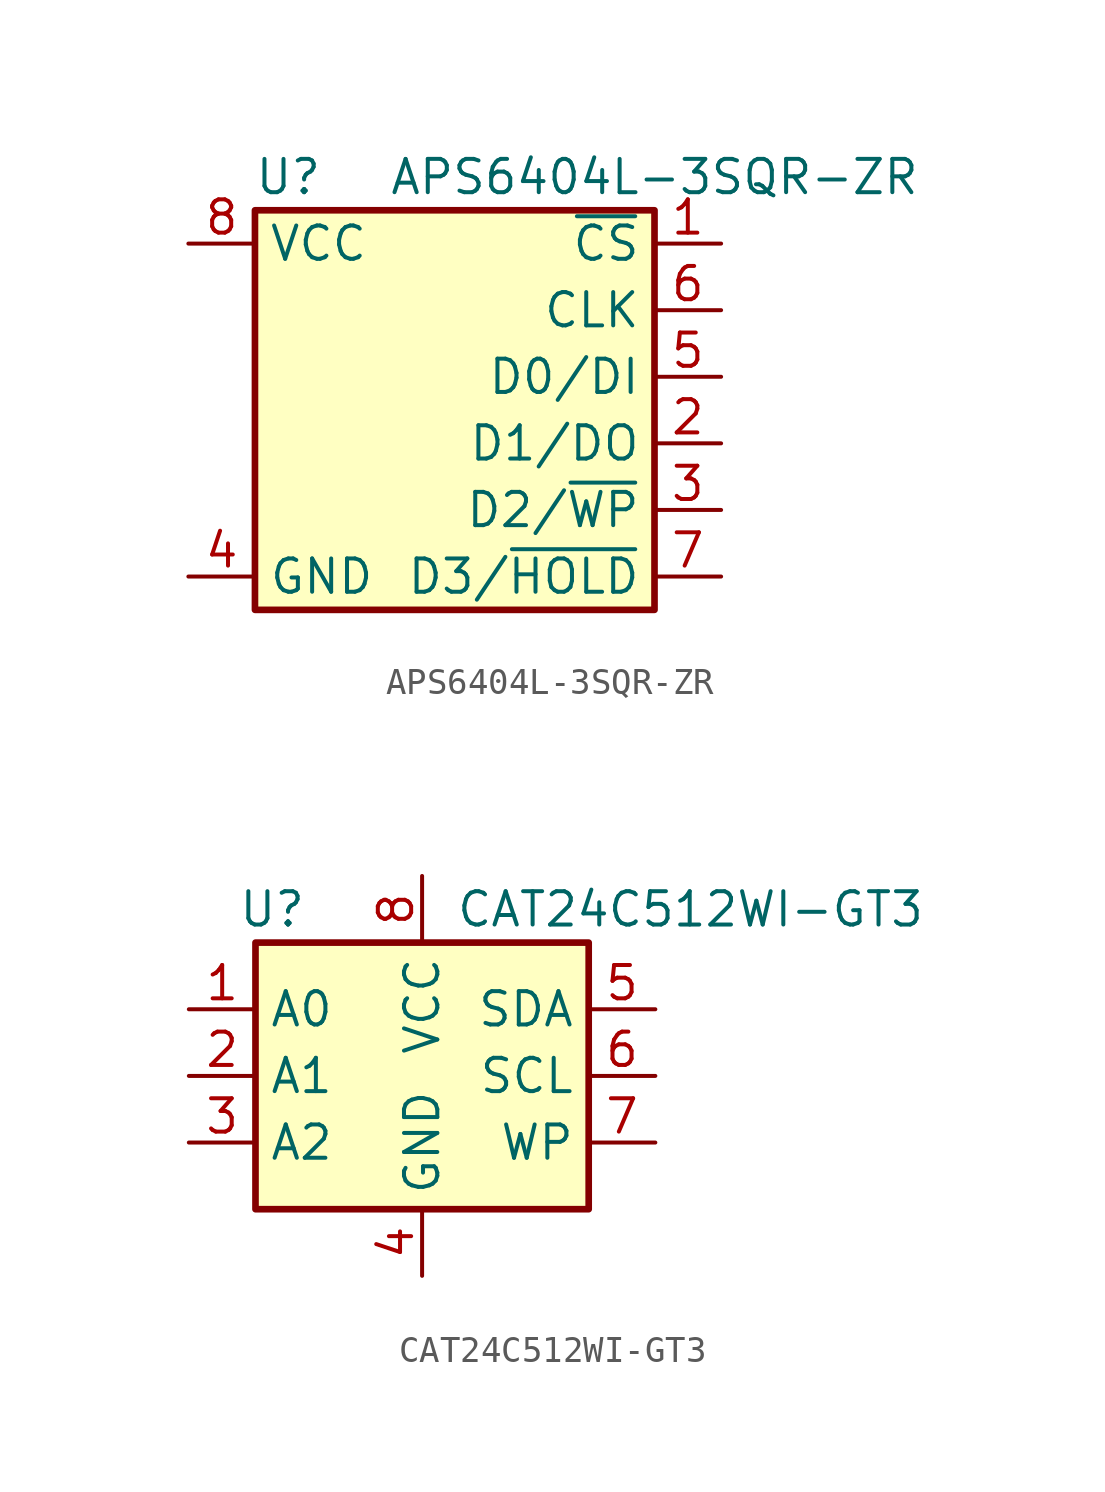
<source format=kicad_sym>
(kicad_symbol_lib
  (version 20231120)
  (generator "kicad_symbol_editor")
  (generator_version "8.0")
  (symbol "APS6404L-3SQR-ZR"
    (property "Reference" "U"
      (at -6.35 10.16 0)
      (effects (font (size 1.27 1.27))))
    (property "Value" "APS6404L-3SQR-ZR"
      (at 7.62 10.16 0)
      (effects (font (size 1.27 1.27))))
    (symbol "APS6404L-3SQR-ZR_0_1"
      (rectangle (start -7.62 8.89) (end 7.62 -6.35) (stroke (width 0.254) (type default)) (fill (type background))))
    (symbol "APS6404L-3SQR-ZR_1_1"
      (pin input line (at 10.16 7.62 180) (length 2.54) (name "~{CS}" (effects (font (size 1.27 1.27)))) (number "1" (effects (font (size 1.27 1.27)))))
      (pin bidirectional line (at 10.16 0 180) (length 2.54) (name "D1/DO" (effects (font (size 1.27 1.27)))) (number "2" (effects (font (size 1.27 1.27)))))
      (pin bidirectional line (at 10.16 -2.54 180) (length 2.54) (name "D2/~{WP}" (effects (font (size 1.27 1.27)))) (number "3" (effects (font (size 1.27 1.27)))))
      (pin power_in line (at -10.16 -5.08 0) (length 2.54) (name "GND" (effects (font (size 1.27 1.27)))) (number "4" (effects (font (size 1.27 1.27)))))
      (pin bidirectional line (at 10.16 2.54 180) (length 2.54) (name "D0/DI" (effects (font (size 1.27 1.27)))) (number "5" (effects (font (size 1.27 1.27)))))
      (pin input line (at 10.16 5.08 180) (length 2.54) (name "CLK" (effects (font (size 1.27 1.27)))) (number "6" (effects (font (size 1.27 1.27)))))
      (pin bidirectional line (at 10.16 -5.08 180) (length 2.54) (name "D3/~{HOLD}" (effects (font (size 1.27 1.27)))) (number "7" (effects (font (size 1.27 1.27)))))
      (pin power_in line (at -10.16 7.62 0) (length 2.54) (name "VCC" (effects (font (size 1.27 1.27)))) (number "8" (effects (font (size 1.27 1.27)))))
      (pin power_in line (at -10.16 -5.08 0) (length 2.54) hide (name "GND" (effects (font (size 1.27 1.27)))) (number "9" (effects (font (size 1.27 1.27)))))))
  (symbol "CAT24C512WI-GT3"
    (property "Reference" "U"
      (at -5.715 6.35 0)
      (effects (font (size 1.27 1.27))))
    (property "Value" "CAT24C512WI-GT3"
      (at 1.27 6.35 0)
      (effects (font (size 1.27 1.27)) (justify left)))
    (symbol "CAT24C512WI-GT3_1_1"
      (rectangle (start -6.35 5.08) (end 6.35 -5.08) (stroke (width 0.254) (type default)) (fill (type background)))
      (pin input line (at -8.89 2.54 0) (length 2.54) (name "A0" (effects (font (size 1.27 1.27)))) (number "1" (effects (font (size 1.27 1.27)))))
      (pin input line (at -8.89 0 0) (length 2.54) (name "A1" (effects (font (size 1.27 1.27)))) (number "2" (effects (font (size 1.27 1.27)))))
      (pin input line (at -8.89 -2.54 0) (length 2.54) (name "A2" (effects (font (size 1.27 1.27)))) (number "3" (effects (font (size 1.27 1.27)))))
      (pin power_in line (at 0 -7.62 90) (length 2.54) (name "GND" (effects (font (size 1.27 1.27)))) (number "4" (effects (font (size 1.27 1.27)))))
      (pin bidirectional line (at 8.89 2.54 180) (length 2.54) (name "SDA" (effects (font (size 1.27 1.27)))) (number "5" (effects (font (size 1.27 1.27)))))
      (pin input line (at 8.89 0 180) (length 2.54) (name "SCL" (effects (font (size 1.27 1.27)))) (number "6" (effects (font (size 1.27 1.27)))))
      (pin input line (at 8.89 -2.54 180) (length 2.54) (name "WP" (effects (font (size 1.27 1.27)))) (number "7" (effects (font (size 1.27 1.27)))))
      (pin power_in line (at 0 7.62 270) (length 2.54) (name "VCC" (effects (font (size 1.27 1.27)))) (number "8" (effects (font (size 1.27 1.27))))))))
</source>
